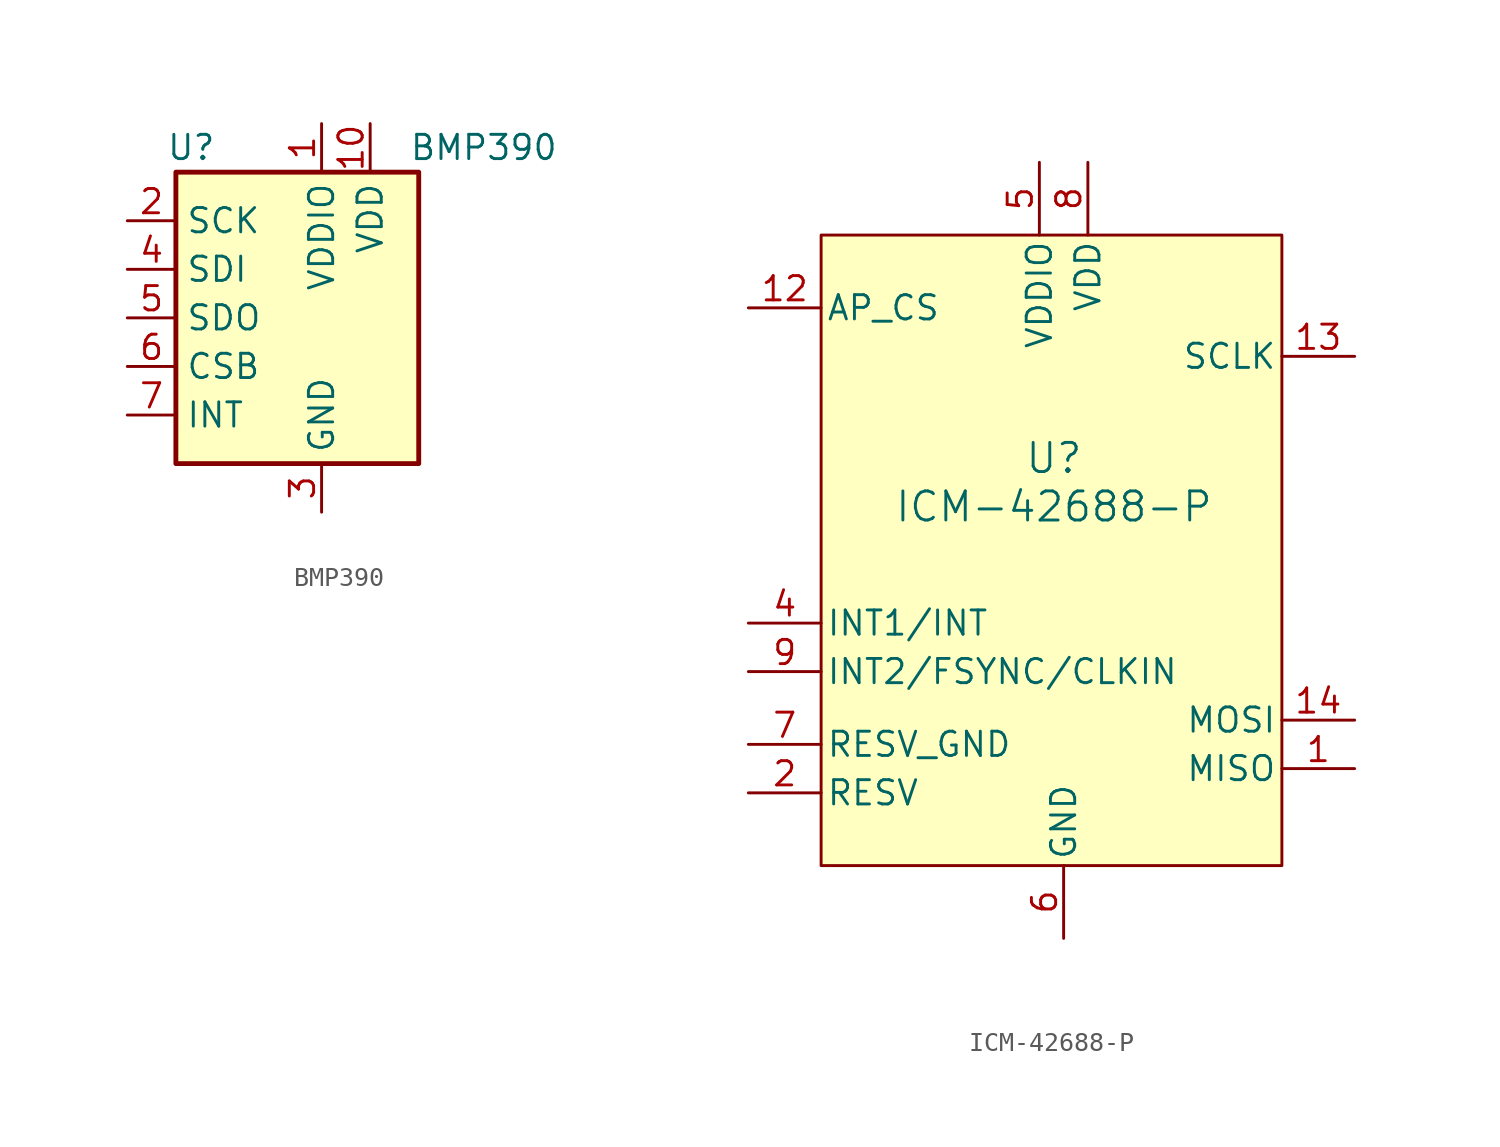
<source format=kicad_sym>
(kicad_symbol_lib
  (version 20241209)
  (generator "kicad_symbol_editor")
  (generator_version "9.0")
  (symbol "BMP390"
    (property "Reference" "U"
      (at -6.858 9.652 0)
      (effects (font (size 1.27 1.27)) (justify left top)))
    (property "Value" "BMP390"
      (at 5.842 9.652 0)
      (effects (font (size 1.27 1.27)) (justify left top)))
    (symbol "BMP390_0_1"
      (rectangle (start -6.35 7.62) (end 6.35 -7.62) (stroke (width 0.254) (type default)) (fill (type background))))
    (symbol "BMP390_1_1"
      (pin input line (at -8.89 5.08 0) (length 2.54) (name "SCK" (effects (font (size 1.27 1.27)))) (number "2" (effects (font (size 1.27 1.27)))))
      (pin bidirectional line (at -8.89 2.54 0) (length 2.54) (name "SDI" (effects (font (size 1.27 1.27)))) (number "4" (effects (font (size 1.27 1.27)))))
      (pin bidirectional line (at -8.89 0 0) (length 2.54) (name "SDO" (effects (font (size 1.27 1.27)))) (number "5" (effects (font (size 1.27 1.27)))))
      (pin input line (at -8.89 -2.54 0) (length 2.54) (name "CSB" (effects (font (size 1.27 1.27)))) (number "6" (effects (font (size 1.27 1.27)))))
      (pin input line (at -8.89 -5.08 0) (length 2.54) (name "INT" (effects (font (size 1.27 1.27)))) (number "7" (effects (font (size 1.27 1.27)))))
      (pin power_in line (at 1.27 10.16 270) (length 2.54) (name "VDDIO" (effects (font (size 1.27 1.27)))) (number "1" (effects (font (size 1.27 1.27)))))
      (pin power_in line (at 1.27 -10.16 90) (length 2.54) (name "GND" (effects (font (size 1.27 1.27)))) (number "3" (effects (font (size 1.27 1.27)))))
      (pin power_in line (at 1.27 -10.16 90) (length 2.54) (hide yes) (name "GND" (effects (font (size 1.27 1.27)))) (number "8" (effects (font (size 1.27 1.27)))))
      (pin power_in line (at 1.27 -10.16 90) (length 2.54) (hide yes) (name "GND" (effects (font (size 1.27 1.27)))) (number "9" (effects (font (size 1.27 1.27)))))
      (pin power_in line (at 3.81 10.16 270) (length 2.54) (name "VDD" (effects (font (size 1.27 1.27)))) (number "10" (effects (font (size 1.27 1.27)))))))
  (symbol "ICM-42688-P"
    (pin_names
      (offset 0.254))
    (property "Reference" "U"
      (at -0.508 4.826 0)
      (effects (font (size 1.524 1.524))))
    (property "Value" "ICM-42688-P"
      (at -0.508 2.286 0)
      (effects (font (size 1.524 1.524))))
    (symbol "ICM-42688-P_0_1"
      (pin input line (at -16.51 12.7 0) (length 3.81) (name "AP_CS" (effects (font (size 1.27 1.27)))) (number "12" (effects (font (size 1.27 1.27)))))
      (pin bidirectional line (at -16.51 -3.81 0) (length 3.81) (name "INT1/INT" (effects (font (size 1.27 1.27)))) (number "4" (effects (font (size 1.27 1.27)))))
      (pin bidirectional line (at -16.51 -6.35 0) (length 3.81) (name "INT2/FSYNC/CLKIN" (effects (font (size 1.27 1.27)))) (number "9" (effects (font (size 1.27 1.27)))))
      (pin passive line (at -16.51 -10.16 0) (length 3.81) (hide yes) (name "RESV_GND" (effects (font (size 1.27 1.27)))) (number "11" (effects (font (size 1.27 1.27)))))
      (pin passive line (at -16.51 -10.16 0) (length 3.81) (name "RESV_GND" (effects (font (size 1.27 1.27)))) (number "7" (effects (font (size 1.27 1.27)))))
      (pin passive line (at -16.51 -12.7 0) (length 3.81) (hide yes) (name "RESV" (effects (font (size 1.27 1.27)))) (number "10" (effects (font (size 1.27 1.27)))))
      (pin passive line (at -16.51 -12.7 0) (length 3.81) (name "RESV" (effects (font (size 1.27 1.27)))) (number "2" (effects (font (size 1.27 1.27)))))
      (pin passive line (at -16.51 -12.7 0) (length 3.81) (hide yes) (name "RESV" (effects (font (size 1.27 1.27)))) (number "3" (effects (font (size 1.27 1.27)))))
      (pin power_in line (at -1.27 20.32 270) (length 3.81) (name "VDDIO" (effects (font (size 1.27 1.27)))) (number "5" (effects (font (size 1.27 1.27)))))
      (pin power_out line (at 0 -20.32 90) (length 3.81) (name "GND" (effects (font (size 1.27 1.27)))) (number "6" (effects (font (size 1.27 1.27)))))
      (pin power_in line (at 1.27 20.32 270) (length 3.81) (name "VDD" (effects (font (size 1.27 1.27)))) (number "8" (effects (font (size 1.27 1.27)))))
      (pin input line (at 15.24 10.16 180) (length 3.81) (name "SCLK" (effects (font (size 1.27 1.27)))) (number "13" (effects (font (size 1.27 1.27)))))
      (pin bidirectional line (at 15.24 -8.89 180) (length 3.81) (name "MOSI" (effects (font (size 1.27 1.27)))) (number "14" (effects (font (size 1.27 1.27)))))
      (pin output line (at 15.24 -11.43 180) (length 3.81) (name "MISO" (effects (font (size 1.27 1.27)))) (number "1" (effects (font (size 1.27 1.27))))))
    (symbol "ICM-42688-P_1_1"
      (rectangle (start -12.7 16.51) (end 11.43 -16.51) (stroke (width 0) (type default)) (fill (type background))))))
</source>
